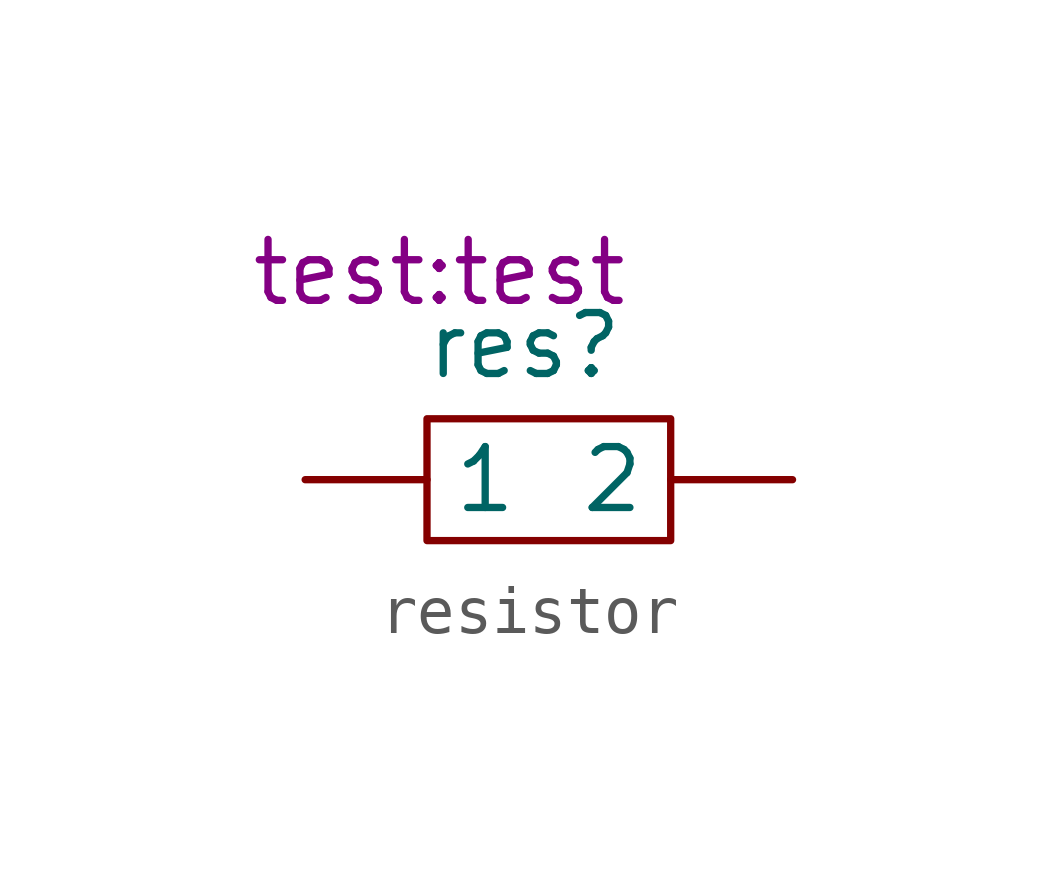
<source format=kicad_sym>
(kicad_symbol_lib
  (version 20231120)
  (generator "kicad_symbol_editor")
  (generator_version "8.0")
  (symbol "resistor"
    (property "Reference" "res"
      (at 2.032 0.254 0)
      (effects (font (size 1.27 1.27))))
    (property "Value" ""
      (at 0 0 0)
      (effects (font (size 1.27 1.27))))
    (property "Footprint" "test:test"
      (at 0.254 1.778 0)
      (effects (font (size 1.27 1.27))))
    (symbol "resistor_0_1"
      (rectangle (start 0 -1.27) (end 5.08 -3.81) (stroke (width 0) (type default)) (fill (type none))))
    (symbol "resistor_1_1"
      (pin passive line (at -2.54 -2.54 0) (length 2.54) (name "1" (effects (font (size 1.27 1.27)))) (number "" (effects (font (size 1.27 1.27)))))
      (pin passive line (at 7.62 -2.54 180) (length 2.54) (name "2" (effects (font (size 1.27 1.27)))) (number "" (effects (font (size 1.27 1.27))))))))
</source>
